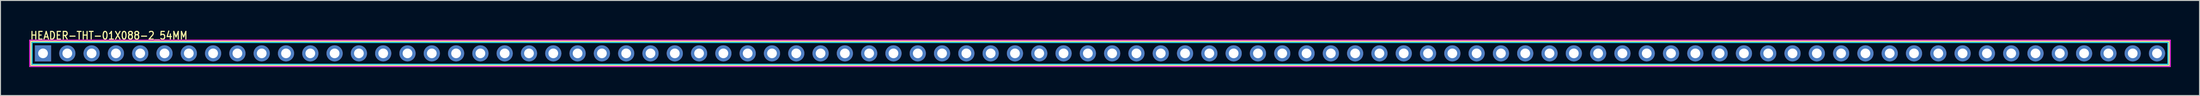
<source format=kicad_pcb>
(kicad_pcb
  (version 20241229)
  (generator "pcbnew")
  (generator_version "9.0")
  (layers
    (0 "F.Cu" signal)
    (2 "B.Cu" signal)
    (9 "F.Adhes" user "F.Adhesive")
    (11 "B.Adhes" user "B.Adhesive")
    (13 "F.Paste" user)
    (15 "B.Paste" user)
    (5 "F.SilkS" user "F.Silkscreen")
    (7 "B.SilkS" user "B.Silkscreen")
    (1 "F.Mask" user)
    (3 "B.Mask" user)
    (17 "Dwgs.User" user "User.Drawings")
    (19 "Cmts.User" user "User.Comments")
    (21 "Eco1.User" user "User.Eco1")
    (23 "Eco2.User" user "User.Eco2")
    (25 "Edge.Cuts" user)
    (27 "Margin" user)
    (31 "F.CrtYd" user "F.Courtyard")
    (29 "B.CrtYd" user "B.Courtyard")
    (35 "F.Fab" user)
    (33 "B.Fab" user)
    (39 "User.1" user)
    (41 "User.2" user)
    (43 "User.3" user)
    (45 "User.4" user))
  (footprint "HEADER-THT-01X088-2_54MM"
    (layer "F.Cu")
    (at 1.447 2.579)
    (property "Reference" "HEADER-THT-01X088-2_54MM" (at -1.4 -1.4 0) (unlocked yes) (layer "F.SilkS") (effects (font (size 0.813 0.695) (thickness 0.122)) (justify left bottom)))
    (fp_line (start -1.27 -1.27) (end -1.27 1.27) (stroke (width 0.127) (type solid)) (layer "F.SilkS"))
    (fp_line (start -1.27 1.27) (end 222.25 1.27) (stroke (width 0.127) (type solid)) (layer "F.SilkS"))
    (fp_line (start 222.25 -1.27) (end -1.27 -1.27) (stroke (width 0.127) (type solid)) (layer "F.SilkS"))
    (fp_line (start 222.25 1.27) (end 222.25 -1.27) (stroke (width 0.127) (type solid)) (layer "F.SilkS"))
    (fp_poly (pts (xy -1.143 -1.143) (xy 222.123 -1.143) (xy 222.123 1.143) (xy -1.143 1.143)) (stroke (width 0.1) (type solid)) (fill no) (layer "B.CrtYd"))
    (fp_poly (pts (xy -1.397 -1.397) (xy 222.377 -1.397) (xy 222.377 1.397) (xy -1.397 1.397)) (stroke (width 0.1) (type solid)) (fill no) (layer "F.CrtYd"))
    (pad "1" thru_hole rect (at 0 0) (size 1.693 1.693) (drill 1.016) (layers "*.Cu" "*.Mask"))
    (pad "2" thru_hole oval (at 2.54 0) (size 1.693 1.693) (drill 1.016) (layers "*.Cu" "*.Mask"))
    (pad "3" thru_hole oval (at 5.08 0) (size 1.693 1.693) (drill 1.016) (layers "*.Cu" "*.Mask"))
    (pad "4" thru_hole oval (at 7.62 0) (size 1.693 1.693) (drill 1.016) (layers "*.Cu" "*.Mask"))
    (pad "5" thru_hole oval (at 10.16 0) (size 1.693 1.693) (drill 1.016) (layers "*.Cu" "*.Mask"))
    (pad "6" thru_hole oval (at 12.7 0) (size 1.693 1.693) (drill 1.016) (layers "*.Cu" "*.Mask"))
    (pad "7" thru_hole oval (at 15.24 0) (size 1.693 1.693) (drill 1.016) (layers "*.Cu" "*.Mask"))
    (pad "8" thru_hole oval (at 17.78 0) (size 1.693 1.693) (drill 1.016) (layers "*.Cu" "*.Mask"))
    (pad "9" thru_hole oval (at 20.32 0) (size 1.693 1.693) (drill 1.016) (layers "*.Cu" "*.Mask"))
    (pad "10" thru_hole oval (at 22.86 0) (size 1.693 1.693) (drill 1.016) (layers "*.Cu" "*.Mask"))
    (pad "11" thru_hole oval (at 25.4 0) (size 1.693 1.693) (drill 1.016) (layers "*.Cu" "*.Mask"))
    (pad "12" thru_hole oval (at 27.94 0) (size 1.693 1.693) (drill 1.016) (layers "*.Cu" "*.Mask"))
    (pad "13" thru_hole oval (at 30.48 0) (size 1.693 1.693) (drill 1.016) (layers "*.Cu" "*.Mask"))
    (pad "14" thru_hole oval (at 33.02 0) (size 1.693 1.693) (drill 1.016) (layers "*.Cu" "*.Mask"))
    (pad "15" thru_hole oval (at 35.56 0) (size 1.693 1.693) (drill 1.016) (layers "*.Cu" "*.Mask"))
    (pad "16" thru_hole oval (at 38.1 0) (size 1.693 1.693) (drill 1.016) (layers "*.Cu" "*.Mask"))
    (pad "17" thru_hole oval (at 40.64 0) (size 1.693 1.693) (drill 1.016) (layers "*.Cu" "*.Mask"))
    (pad "18" thru_hole oval (at 43.18 0) (size 1.693 1.693) (drill 1.016) (layers "*.Cu" "*.Mask"))
    (pad "19" thru_hole oval (at 45.72 0) (size 1.693 1.693) (drill 1.016) (layers "*.Cu" "*.Mask"))
    (pad "20" thru_hole oval (at 48.26 0) (size 1.693 1.693) (drill 1.016) (layers "*.Cu" "*.Mask"))
    (pad "21" thru_hole oval (at 50.8 0) (size 1.693 1.693) (drill 1.016) (layers "*.Cu" "*.Mask"))
    (pad "22" thru_hole oval (at 53.34 0) (size 1.693 1.693) (drill 1.016) (layers "*.Cu" "*.Mask"))
    (pad "23" thru_hole oval (at 55.88 0) (size 1.693 1.693) (drill 1.016) (layers "*.Cu" "*.Mask"))
    (pad "24" thru_hole oval (at 58.42 0) (size 1.693 1.693) (drill 1.016) (layers "*.Cu" "*.Mask"))
    (pad "25" thru_hole oval (at 60.96 0) (size 1.693 1.693) (drill 1.016) (layers "*.Cu" "*.Mask"))
    (pad "26" thru_hole oval (at 63.5 0) (size 1.693 1.693) (drill 1.016) (layers "*.Cu" "*.Mask"))
    (pad "27" thru_hole oval (at 66.04 0) (size 1.693 1.693) (drill 1.016) (layers "*.Cu" "*.Mask"))
    (pad "28" thru_hole oval (at 68.58 0) (size 1.693 1.693) (drill 1.016) (layers "*.Cu" "*.Mask"))
    (pad "29" thru_hole oval (at 71.12 0) (size 1.693 1.693) (drill 1.016) (layers "*.Cu" "*.Mask"))
    (pad "30" thru_hole oval (at 73.66 0) (size 1.693 1.693) (drill 1.016) (layers "*.Cu" "*.Mask"))
    (pad "31" thru_hole oval (at 76.2 0) (size 1.693 1.693) (drill 1.016) (layers "*.Cu" "*.Mask"))
    (pad "32" thru_hole oval (at 78.74 0) (size 1.693 1.693) (drill 1.016) (layers "*.Cu" "*.Mask"))
    (pad "33" thru_hole oval (at 81.28 0) (size 1.693 1.693) (drill 1.016) (layers "*.Cu" "*.Mask"))
    (pad "34" thru_hole oval (at 83.82 0) (size 1.693 1.693) (drill 1.016) (layers "*.Cu" "*.Mask"))
    (pad "35" thru_hole oval (at 86.36 0) (size 1.693 1.693) (drill 1.016) (layers "*.Cu" "*.Mask"))
    (pad "36" thru_hole oval (at 88.9 0) (size 1.693 1.693) (drill 1.016) (layers "*.Cu" "*.Mask"))
    (pad "37" thru_hole oval (at 91.44 0) (size 1.693 1.693) (drill 1.016) (layers "*.Cu" "*.Mask"))
    (pad "38" thru_hole oval (at 93.98 0) (size 1.693 1.693) (drill 1.016) (layers "*.Cu" "*.Mask"))
    (pad "39" thru_hole oval (at 96.52 0) (size 1.693 1.693) (drill 1.016) (layers "*.Cu" "*.Mask"))
    (pad "40" thru_hole oval (at 99.06 0) (size 1.693 1.693) (drill 1.016) (layers "*.Cu" "*.Mask"))
    (pad "41" thru_hole oval (at 101.6 0) (size 1.693 1.693) (drill 1.016) (layers "*.Cu" "*.Mask"))
    (pad "42" thru_hole oval (at 104.14 0) (size 1.693 1.693) (drill 1.016) (layers "*.Cu" "*.Mask"))
    (pad "43" thru_hole oval (at 106.68 0) (size 1.693 1.693) (drill 1.016) (layers "*.Cu" "*.Mask"))
    (pad "44" thru_hole oval (at 109.22 0) (size 1.693 1.693) (drill 1.016) (layers "*.Cu" "*.Mask"))
    (pad "45" thru_hole oval (at 111.76 0) (size 1.693 1.693) (drill 1.016) (layers "*.Cu" "*.Mask"))
    (pad "46" thru_hole oval (at 114.3 0) (size 1.693 1.693) (drill 1.016) (layers "*.Cu" "*.Mask"))
    (pad "47" thru_hole oval (at 116.84 0) (size 1.693 1.693) (drill 1.016) (layers "*.Cu" "*.Mask"))
    (pad "48" thru_hole oval (at 119.38 0) (size 1.693 1.693) (drill 1.016) (layers "*.Cu" "*.Mask"))
    (pad "49" thru_hole oval (at 121.92 0) (size 1.693 1.693) (drill 1.016) (layers "*.Cu" "*.Mask"))
    (pad "50" thru_hole oval (at 124.46 0) (size 1.693 1.693) (drill 1.016) (layers "*.Cu" "*.Mask"))
    (pad "51" thru_hole oval (at 127 0) (size 1.693 1.693) (drill 1.016) (layers "*.Cu" "*.Mask"))
    (pad "52" thru_hole oval (at 129.54 0) (size 1.693 1.693) (drill 1.016) (layers "*.Cu" "*.Mask"))
    (pad "53" thru_hole oval (at 132.08 0) (size 1.693 1.693) (drill 1.016) (layers "*.Cu" "*.Mask"))
    (pad "54" thru_hole oval (at 134.62 0) (size 1.693 1.693) (drill 1.016) (layers "*.Cu" "*.Mask"))
    (pad "55" thru_hole oval (at 137.16 0) (size 1.693 1.693) (drill 1.016) (layers "*.Cu" "*.Mask"))
    (pad "56" thru_hole oval (at 139.7 0) (size 1.693 1.693) (drill 1.016) (layers "*.Cu" "*.Mask"))
    (pad "57" thru_hole oval (at 142.24 0) (size 1.693 1.693) (drill 1.016) (layers "*.Cu" "*.Mask"))
    (pad "58" thru_hole oval (at 144.78 0) (size 1.693 1.693) (drill 1.016) (layers "*.Cu" "*.Mask"))
    (pad "59" thru_hole oval (at 147.32 0) (size 1.693 1.693) (drill 1.016) (layers "*.Cu" "*.Mask"))
    (pad "60" thru_hole oval (at 149.86 0) (size 1.693 1.693) (drill 1.016) (layers "*.Cu" "*.Mask"))
    (pad "61" thru_hole oval (at 152.4 0) (size 1.693 1.693) (drill 1.016) (layers "*.Cu" "*.Mask"))
    (pad "62" thru_hole oval (at 154.94 0) (size 1.693 1.693) (drill 1.016) (layers "*.Cu" "*.Mask"))
    (pad "63" thru_hole oval (at 157.48 0) (size 1.693 1.693) (drill 1.016) (layers "*.Cu" "*.Mask"))
    (pad "64" thru_hole oval (at 160.02 0) (size 1.693 1.693) (drill 1.016) (layers "*.Cu" "*.Mask"))
    (pad "65" thru_hole oval (at 162.56 0) (size 1.693 1.693) (drill 1.016) (layers "*.Cu" "*.Mask"))
    (pad "66" thru_hole oval (at 165.1 0) (size 1.693 1.693) (drill 1.016) (layers "*.Cu" "*.Mask"))
    (pad "67" thru_hole oval (at 167.64 0) (size 1.693 1.693) (drill 1.016) (layers "*.Cu" "*.Mask"))
    (pad "68" thru_hole oval (at 170.18 0) (size 1.693 1.693) (drill 1.016) (layers "*.Cu" "*.Mask"))
    (pad "69" thru_hole oval (at 172.72 0) (size 1.693 1.693) (drill 1.016) (layers "*.Cu" "*.Mask"))
    (pad "70" thru_hole oval (at 175.26 0) (size 1.693 1.693) (drill 1.016) (layers "*.Cu" "*.Mask"))
    (pad "71" thru_hole oval (at 177.8 0) (size 1.693 1.693) (drill 1.016) (layers "*.Cu" "*.Mask"))
    (pad "72" thru_hole oval (at 180.34 0) (size 1.693 1.693) (drill 1.016) (layers "*.Cu" "*.Mask"))
    (pad "73" thru_hole oval (at 182.88 0) (size 1.693 1.693) (drill 1.016) (layers "*.Cu" "*.Mask"))
    (pad "74" thru_hole oval (at 185.42 0) (size 1.693 1.693) (drill 1.016) (layers "*.Cu" "*.Mask"))
    (pad "75" thru_hole oval (at 187.96 0) (size 1.693 1.693) (drill 1.016) (layers "*.Cu" "*.Mask"))
    (pad "76" thru_hole oval (at 190.5 0) (size 1.693 1.693) (drill 1.016) (layers "*.Cu" "*.Mask"))
    (pad "77" thru_hole oval (at 193.04 0) (size 1.693 1.693) (drill 1.016) (layers "*.Cu" "*.Mask"))
    (pad "78" thru_hole oval (at 195.58 0) (size 1.693 1.693) (drill 1.016) (layers "*.Cu" "*.Mask"))
    (pad "79" thru_hole oval (at 198.12 0) (size 1.693 1.693) (drill 1.016) (layers "*.Cu" "*.Mask"))
    (pad "80" thru_hole oval (at 200.66 0) (size 1.693 1.693) (drill 1.016) (layers "*.Cu" "*.Mask"))
    (pad "81" thru_hole oval (at 203.2 0) (size 1.693 1.693) (drill 1.016) (layers "*.Cu" "*.Mask"))
    (pad "82" thru_hole oval (at 205.74 0) (size 1.693 1.693) (drill 1.016) (layers "*.Cu" "*.Mask"))
    (pad "83" thru_hole oval (at 208.28 0) (size 1.693 1.693) (drill 1.016) (layers "*.Cu" "*.Mask"))
    (pad "84" thru_hole oval (at 210.82 0) (size 1.693 1.693) (drill 1.016) (layers "*.Cu" "*.Mask"))
    (pad "85" thru_hole oval (at 213.36 0) (size 1.693 1.693) (drill 1.016) (layers "*.Cu" "*.Mask"))
    (pad "86" thru_hole oval (at 215.9 0) (size 1.693 1.693) (drill 1.016) (layers "*.Cu" "*.Mask"))
    (pad "87" thru_hole oval (at 218.44 0) (size 1.693 1.693) (drill 1.016) (layers "*.Cu" "*.Mask"))
    (pad "88" thru_hole oval (at 220.98 0) (size 1.693 1.693) (drill 1.016) (layers "*.Cu" "*.Mask")))
  (gr_rect
    (start -3 -3)
    (end 226.874 7.026)
    (stroke (width 0.1) (type default))
    (fill no)
    (layer "Edge.Cuts")))
</source>
